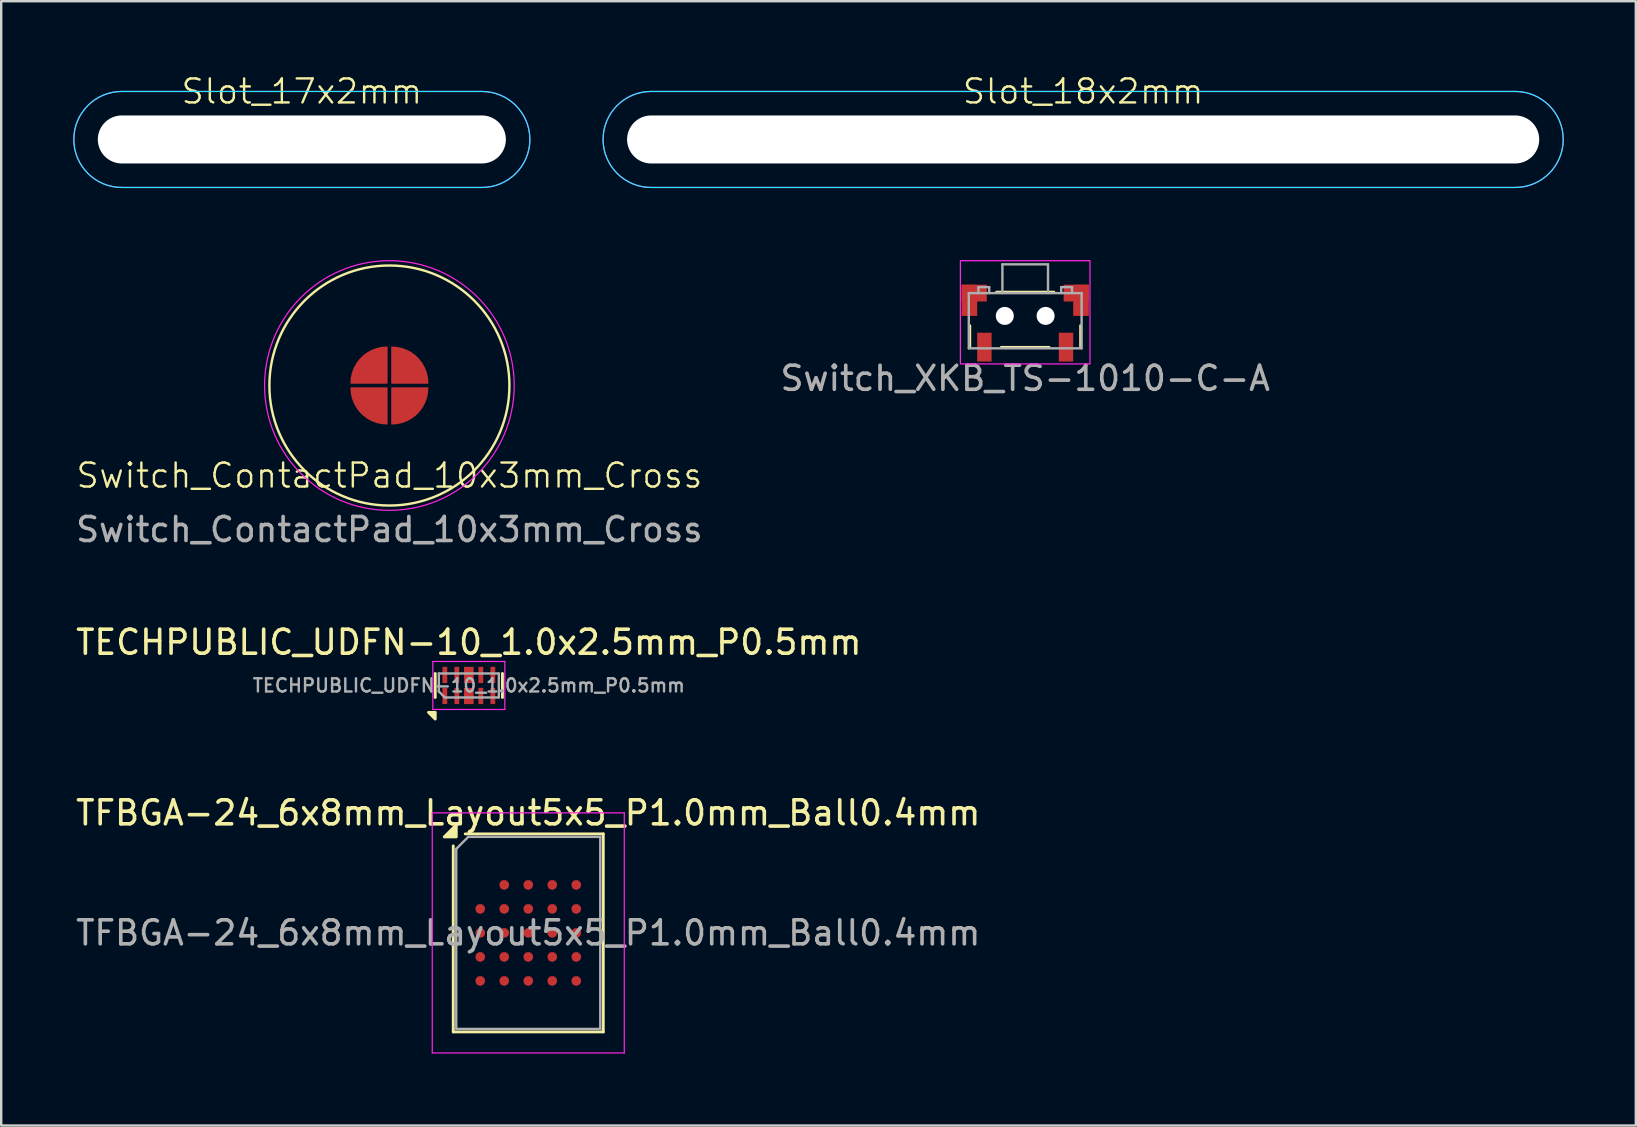
<source format=kicad_pcb>
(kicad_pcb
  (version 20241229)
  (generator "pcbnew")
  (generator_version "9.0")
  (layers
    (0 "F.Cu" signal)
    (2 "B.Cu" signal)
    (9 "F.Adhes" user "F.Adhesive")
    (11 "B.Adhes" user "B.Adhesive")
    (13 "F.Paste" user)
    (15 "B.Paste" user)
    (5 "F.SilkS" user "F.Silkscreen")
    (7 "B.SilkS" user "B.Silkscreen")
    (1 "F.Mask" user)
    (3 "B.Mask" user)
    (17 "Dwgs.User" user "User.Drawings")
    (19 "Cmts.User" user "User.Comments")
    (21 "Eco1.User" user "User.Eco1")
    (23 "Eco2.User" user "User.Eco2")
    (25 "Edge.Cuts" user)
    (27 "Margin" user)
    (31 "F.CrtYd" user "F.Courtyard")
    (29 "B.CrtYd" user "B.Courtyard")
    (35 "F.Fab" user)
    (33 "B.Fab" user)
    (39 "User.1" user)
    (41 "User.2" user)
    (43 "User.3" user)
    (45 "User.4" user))
  (footprint "TECHPUBLIC_UDFN-10_1.0x2.5mm_P0.5mm"
    (layer "F.Cu")
    (at 16.482 25.507)
    (property "Reference" "TECHPUBLIC_UDFN-10_1.0x2.5mm_P0.5mm" (at 0 -1.8 0) (layer "F.SilkS") (effects (font (size 1 1) (thickness 0.15))))
    (attr smd)
    (fp_line (start -1.4 -0.5) (end -1.4 0.5) (stroke (width 0.12) (type solid)) (layer "F.SilkS"))
    (fp_line (start 1.4 -0.5) (end 1.4 0.5) (stroke (width 0.12) (type solid)) (layer "F.SilkS"))
    (fp_poly (pts (xy -1.4 1.12) (xy -1.4 1.4) (xy -1.68 1.12) (xy -1.4 1.12)) (stroke (width 0.12) (type solid)) (fill yes) (layer "F.SilkS"))
    (fp_line (start -1.5 -1) (end 1.5 -1) (stroke (width 0.05) (type solid)) (layer "F.CrtYd"))
    (fp_line (start -1.5 1) (end -1.5 -1) (stroke (width 0.05) (type solid)) (layer "F.CrtYd"))
    (fp_line (start 1.5 -1) (end 1.5 1) (stroke (width 0.05) (type solid)) (layer "F.CrtYd"))
    (fp_line (start 1.5 1) (end -1.5 1) (stroke (width 0.05) (type solid)) (layer "F.CrtYd"))
    (fp_line (start -1.25 -0.5) (end -1.25 0.25) (stroke (width 0.1) (type solid)) (layer "F.Fab"))
    (fp_line (start -1.25 -0.5) (end 1.25 -0.5) (stroke (width 0.1) (type solid)) (layer "F.Fab"))
    (fp_line (start -1.25 0.25) (end -1 0.5) (stroke (width 0.1) (type solid)) (layer "F.Fab"))
    (fp_line (start -1 0.5) (end 1.25 0.5) (stroke (width 0.1) (type solid)) (layer "F.Fab"))
    (fp_line (start 1.25 0.5) (end 1.25 -0.5) (stroke (width 0.1) (type solid)) (layer "F.Fab"))
    (fp_text user "${REFERENCE}" (at 0 0 180) (layer "F.Fab") (effects (font (size 0.55 0.55) (thickness 0.1))))
    (pad "1" smd rect (at -1 0.438) (size 0.2 0.675) (layers "F.Cu" "F.Mask" "F.Paste"))
    (pad "2" smd rect (at -0.5 0.438) (size 0.2 0.675) (layers "F.Cu" "F.Mask" "F.Paste"))
    (pad "3" smd rect (at 0 0.438) (size 0.4 0.675) (layers "F.Cu" "F.Mask" "F.Paste"))
    (pad "4" smd rect (at 0.5 0.438) (size 0.2 0.675) (layers "F.Cu" "F.Mask" "F.Paste"))
    (pad "5" smd rect (at 1 0.438) (size 0.2 0.675) (layers "F.Cu" "F.Mask" "F.Paste"))
    (pad "6" smd rect (at -1 -0.438) (size 0.2 0.675) (layers "F.Cu" "F.Mask" "F.Paste"))
    (pad "7" smd rect (at -0.5 -0.438) (size 0.2 0.675) (layers "F.Cu" "F.Mask" "F.Paste"))
    (pad "8" smd rect (at 0 -0.438) (size 0.4 0.675) (layers "F.Cu" "F.Mask" "F.Paste"))
    (pad "9" smd rect (at 0.5 -0.438) (size 0.2 0.675) (layers "F.Cu" "F.Mask" "F.Paste"))
    (pad "10" smd rect (at 1 -0.438) (size 0.2 0.675) (layers "F.Cu" "F.Mask" "F.Paste")))
  (footprint "TFBGA-24_6x8mm_Layout5x5_P1.0mm_Ball0.4mm"
    (layer "F.Cu")
    (at 18.958 35.815)
    (property "Reference" "TFBGA-24_6x8mm_Layout5x5_P1.0mm_Ball0.4mm" (at 0 -5 0) (layer "F.SilkS") (effects (font (size 1 1) (thickness 0.15))))
    (attr smd)
    (fp_line (start -3.125 4.125) (end -3.125 -3.625) (stroke (width 0.12) (type solid)) (layer "F.SilkS"))
    (fp_line (start -2.625 -4.125) (end 3.125 -4.125) (stroke (width 0.12) (type solid)) (layer "F.SilkS"))
    (fp_line (start 3.125 -4.125) (end 3.125 4.125) (stroke (width 0.12) (type solid)) (layer "F.SilkS"))
    (fp_line (start 3.125 4.125) (end -3.125 4.125) (stroke (width 0.12) (type solid)) (layer "F.SilkS"))
    (fp_poly (pts (xy -3 -4) (xy -3.5 -4) (xy -3 -4.5) (xy -3 -4)) (stroke (width 0.12) (type solid)) (fill yes) (layer "F.SilkS"))
    (fp_line (start -4 -5) (end -4 5) (stroke (width 0.05) (type solid)) (layer "F.CrtYd"))
    (fp_line (start -4 -5) (end 4 -5) (stroke (width 0.05) (type solid)) (layer "F.CrtYd"))
    (fp_line (start 4 5) (end -4 5) (stroke (width 0.05) (type solid)) (layer "F.CrtYd"))
    (fp_line (start 4 5) (end 4 -5) (stroke (width 0.05) (type solid)) (layer "F.CrtYd"))
    (fp_line (start -3 -3.5) (end -3 4) (stroke (width 0.1) (type solid)) (layer "F.Fab"))
    (fp_line (start -3 -3.5) (end -2.5 -4) (stroke (width 0.1) (type solid)) (layer "F.Fab"))
    (fp_line (start -3 4) (end 3 4) (stroke (width 0.1) (type solid)) (layer "F.Fab"))
    (fp_line (start -2.5 -4) (end 3 -4) (stroke (width 0.1) (type solid)) (layer "F.Fab"))
    (fp_line (start 3 -4) (end 3 4) (stroke (width 0.1) (type solid)) (layer "F.Fab"))
    (fp_text user "${REFERENCE}" (at 0 0 0) (layer "F.Fab") (effects (font (size 1 1) (thickness 0.15))))
    (pad "A2" smd circle (at -1 -2) (size 0.4 0.4) (property pad_prop_bga) (layers "F.Cu" "F.Mask" "F.Paste"))
    (pad "A3" smd circle (at 0 -2) (size 0.4 0.4) (property pad_prop_bga) (layers "F.Cu" "F.Mask" "F.Paste"))
    (pad "A4" smd circle (at 1 -2) (size 0.4 0.4) (property pad_prop_bga) (layers "F.Cu" "F.Mask" "F.Paste"))
    (pad "A5" smd circle (at 2 -2) (size 0.4 0.4) (property pad_prop_bga) (layers "F.Cu" "F.Mask" "F.Paste"))
    (pad "B1" smd circle (at -2 -1) (size 0.4 0.4) (property pad_prop_bga) (layers "F.Cu" "F.Mask" "F.Paste"))
    (pad "B2" smd circle (at -1 -1) (size 0.4 0.4) (property pad_prop_bga) (layers "F.Cu" "F.Mask" "F.Paste"))
    (pad "B3" smd circle (at 0 -1) (size 0.4 0.4) (property pad_prop_bga) (layers "F.Cu" "F.Mask" "F.Paste"))
    (pad "B4" smd circle (at 1 -1) (size 0.4 0.4) (property pad_prop_bga) (layers "F.Cu" "F.Mask" "F.Paste"))
    (pad "B5" smd circle (at 2 -1) (size 0.4 0.4) (property pad_prop_bga) (layers "F.Cu" "F.Mask" "F.Paste"))
    (pad "C1" smd circle (at -2 0) (size 0.4 0.4) (property pad_prop_bga) (layers "F.Cu" "F.Mask" "F.Paste"))
    (pad "C2" smd circle (at -1 0) (size 0.4 0.4) (property pad_prop_bga) (layers "F.Cu" "F.Mask" "F.Paste"))
    (pad "C3" smd circle (at 0 0) (size 0.4 0.4) (property pad_prop_bga) (layers "F.Cu" "F.Mask" "F.Paste"))
    (pad "C4" smd circle (at 1 0) (size 0.4 0.4) (property pad_prop_bga) (layers "F.Cu" "F.Mask" "F.Paste"))
    (pad "C5" smd circle (at 2 0) (size 0.4 0.4) (property pad_prop_bga) (layers "F.Cu" "F.Mask" "F.Paste"))
    (pad "D1" smd circle (at -2 1) (size 0.4 0.4) (property pad_prop_bga) (layers "F.Cu" "F.Mask" "F.Paste"))
    (pad "D2" smd circle (at -1 1) (size 0.4 0.4) (property pad_prop_bga) (layers "F.Cu" "F.Mask" "F.Paste"))
    (pad "D3" smd circle (at 0 1) (size 0.4 0.4) (property pad_prop_bga) (layers "F.Cu" "F.Mask" "F.Paste"))
    (pad "D4" smd circle (at 1 1) (size 0.4 0.4) (property pad_prop_bga) (layers "F.Cu" "F.Mask" "F.Paste"))
    (pad "D5" smd circle (at 2 1) (size 0.4 0.4) (property pad_prop_bga) (layers "F.Cu" "F.Mask" "F.Paste"))
    (pad "E1" smd circle (at -2 2) (size 0.4 0.4) (property pad_prop_bga) (layers "F.Cu" "F.Mask" "F.Paste"))
    (pad "E2" smd circle (at -1 2) (size 0.4 0.4) (property pad_prop_bga) (layers "F.Cu" "F.Mask" "F.Paste"))
    (pad "E3" smd circle (at 0 2) (size 0.4 0.4) (property pad_prop_bga) (layers "F.Cu" "F.Mask" "F.Paste"))
    (pad "E4" smd circle (at 1 2) (size 0.4 0.4) (property pad_prop_bga) (layers "F.Cu" "F.Mask" "F.Paste"))
    (pad "E5" smd circle (at 2 2) (size 0.4 0.4) (property pad_prop_bga) (layers "F.Cu" "F.Mask" "F.Paste")))
  (footprint "Switch_ContactPad_10x3mm_Cross"
    (layer "F.Cu")
    (at 13.173 13.011)
    (property "Reference" "Switch_ContactPad_10x3mm_Cross" (at 0 3.75 0) (unlocked yes) (layer "F.SilkS") (effects (font (size 1 1) (thickness 0.1))))
    (attr smd)
    (fp_circle (center 0 0) (end 5 0) (stroke (width 0.1) (type default)) (fill no) (layer "F.SilkS"))
    (fp_circle (center 0 0) (end 5.2 0) (stroke (width 0.05) (type default)) (fill no) (layer "F.CrtYd"))
    (fp_text user "${REFERENCE}" (at 0 6 0) (unlocked yes) (layer "F.Fab") (effects (font (size 1 1) (thickness 0.15))))
    (pad "1" smd custom (at -0.7 -0.7) (size 1 1) (layers "F.Cu" "F.Mask") (options (anchor circle)) (primitives (gr_poly (pts (xy -0.9 0.6) (xy 0.6 0.6) (xy 0.6 -0.9) (xy 0.1 -0.8) (xy -0.25 -0.6) (xy -0.5 -0.4) (xy -0.75 0) (xy -0.85 0.3)) (width 0.05) (fill yes)) (gr_arc (start -0.900001 0.6) (mid -0.460661 -0.46066) (end 0.599999 -0.9) (width 0.05))))
    (pad "1" smd custom (at 0.7 0.7) (size 1 1) (layers "F.Cu" "F.Mask") (options (anchor circle)) (primitives (gr_poly (pts (xy 0.9 -0.6) (xy -0.6 -0.6) (xy -0.6 0.9) (xy -0.15 0.8) (xy 0.25 0.6) (xy 0.461 0.461) (xy 0.65 0.2) (xy 0.85 -0.3)) (width 0.05) (fill yes)) (gr_arc (start 0.900001 -0.6) (mid 0.460661 0.46066) (end -0.599999 0.9) (width 0.05))))
    (pad "2" smd custom (at -0.7 0.7) (size 1 1) (layers "F.Cu" "F.Mask") (options (anchor circle)) (primitives (gr_poly (pts (xy 0.6 0.9) (xy 0.6 -0.6) (xy -0.9 -0.6) (xy -0.8 -0.2) (xy -0.65 0.2) (xy -0.461 0.461) (xy -0.2 0.65) (xy 0.3 0.85)) (width 0.05) (fill yes)) (gr_arc (start 0.6 0.900001) (mid -0.46066 0.460661) (end -0.9 -0.599999) (width 0.05))))
    (pad "2" smd custom (at 0.7 -0.7) (size 1 1) (layers "F.Cu" "F.Mask") (options (anchor circle)) (primitives (gr_poly (pts (xy -0.6 -0.9) (xy -0.6 0.6) (xy 0.9 0.6) (xy 0.8 0.1) (xy 0.6 -0.25) (xy 0.461 -0.461) (xy 0.2 -0.65) (xy -0.3 -0.85)) (width 0.05) (fill yes)) (gr_arc (start -0.6 -0.9) (mid 0.46066 -0.46066) (end 0.9 0.6) (width 0.05)))))
  (footprint "Slot_17x2mm"
    (layer "F.Cu")
    (at 9.525 2.76)
    (property "Reference" "Slot_17x2mm" (at 0 -2 0) (unlocked yes) (layer "F.SilkS") (effects (font (size 1 1) (thickness 0.1))))
    (attr through_hole)
    (fp_line (start -7.5 -2) (end 7.5 -2) (stroke (width 0.05) (type solid)) (layer "B.CrtYd"))
    (fp_line (start 7.5 2) (end -7.5 2) (stroke (width 0.05) (type solid)) (layer "B.CrtYd"))
    (fp_arc (start -7.5 2) (mid -9.5 0) (end -7.5 -2) (stroke (width 0.05) (type solid)) (layer "B.CrtYd"))
    (fp_arc (start 7.5 -2) (mid 9.5 0) (end 7.5 2) (stroke (width 0.05) (type solid)) (layer "B.CrtYd"))
    (fp_line (start -7.5 -2) (end 7.5 -2) (stroke (width 0.05) (type default)) (layer "F.CrtYd"))
    (fp_line (start 7.5 2) (end -7.5 2) (stroke (width 0.05) (type default)) (layer "F.CrtYd"))
    (fp_arc (start -7.5 2) (mid -9.5 0) (end -7.5 -2) (stroke (width 0.05) (type default)) (layer "F.CrtYd"))
    (fp_arc (start 7.5 -2) (mid 9.5 0) (end 7.5 2) (stroke (width 0.05) (type default)) (layer "F.CrtYd"))
    (fp_text user "${REFERENCE}" (at 0 0 0) (unlocked yes) (layer "F.Fab") (effects (font (size 1 1) (thickness 0.15))))
    (pad "" np_thru_hole oval (at 0 0) (size 17 2) (drill oval 17 2) (layers "*.Cu" "*.Mask")))
  (footprint "Switch_XKB_TS-1010-C-A"
    (layer "F.Cu")
    (at 39.661 10.111)
    (property "Reference" "Switch_XKB_TS-1010-C-A" (at 0 2.6 0) (unlocked yes) (layer "F.SilkS") (effects (font (size 1 1) (thickness 0.1))))
    (attr smd)
    (fp_line (start -2.3 0.4) (end -2.3 1.3) (stroke (width 0.1) (type default)) (layer "F.SilkS"))
    (fp_line (start -1.2 -1) (end 1.2 -1) (stroke (width 0.1) (type default)) (layer "F.SilkS"))
    (fp_line (start -1 1.3) (end 1 1.3) (stroke (width 0.1) (type default)) (layer "F.SilkS"))
    (fp_line (start 2.3 0.4) (end 2.3 1.3) (stroke (width 0.1) (type default)) (layer "F.SilkS"))
    (fp_rect (start -2.7 -2.3) (end 2.7 2) (stroke (width 0.05) (type default)) (fill no) (layer "F.CrtYd"))
    (fp_line (start -2.35 -0.95) (end -2.35 1.35) (stroke (width 0.1) (type default)) (layer "F.Fab"))
    (fp_line (start -2.35 -0.95) (end 2.35 -0.95) (stroke (width 0.1) (type default)) (layer "F.Fab"))
    (fp_line (start -1.95 -1.2) (end -1.95 -0.95) (stroke (width 0.1) (type default)) (layer "F.Fab"))
    (fp_line (start -1.5 -1.2) (end -1.95 -1.2) (stroke (width 0.1) (type default)) (layer "F.Fab"))
    (fp_line (start -1.5 -0.95) (end -1.5 -1.2) (stroke (width 0.1) (type default)) (layer "F.Fab"))
    (fp_line (start -0.95 -2.15) (end -0.95 -0.95) (stroke (width 0.1) (type default)) (layer "F.Fab"))
    (fp_line (start -0.95 -2.15) (end 0.95 -2.15) (stroke (width 0.1) (type default)) (layer "F.Fab"))
    (fp_line (start 0.95 -2.15) (end 0.95 -0.95) (stroke (width 0.1) (type default)) (layer "F.Fab"))
    (fp_line (start 1.5 -1.2) (end 1.5 -0.95) (stroke (width 0.1) (type default)) (layer "F.Fab"))
    (fp_line (start 1.95 -1.2) (end 1.5 -1.2) (stroke (width 0.1) (type default)) (layer "F.Fab"))
    (fp_line (start 1.95 -0.95) (end 1.95 -1.2) (stroke (width 0.1) (type default)) (layer "F.Fab"))
    (fp_line (start 2.35 -0.95) (end 2.35 1.35) (stroke (width 0.1) (type default)) (layer "F.Fab"))
    (fp_line (start 2.35 1.35) (end -2.35 1.35) (stroke (width 0.1) (type default)) (layer "F.Fab"))
    (fp_text user "${REFERENCE}" (at 0 2.6 0) (unlocked yes) (layer "F.Fab") (effects (font (size 1 1) (thickness 0.15))))
    (pad "" np_thru_hole circle (at -0.85 0) (size 0.75 0.75) (drill 0.75) (layers "*.Cu" "*.Mask"))
    (pad "" np_thru_hole circle (at 0.85 0) (size 0.75 0.75) (drill 0.75) (layers "*.Cu" "*.Mask"))
    (pad "1" smd rect (at -1.7 1.3) (size 0.6 1.2) (layers "F.Cu" "F.Mask" "F.Paste"))
    (pad "2" smd rect (at 1.7 1.3) (size 0.6 1.2) (layers "F.Cu" "F.Mask" "F.Paste"))
    (pad "MP" smd rect (at -2.325 -0.65) (size 0.65 1.3) (layers "F.Cu" "F.Mask" "F.Paste"))
    (pad "MP" smd rect (at -2.125 -0.95) (size 1.05 0.7) (layers "F.Cu" "F.Mask" "F.Paste"))
    (pad "MP" smd rect (at 2.125 -0.95) (size 1.05 0.7) (layers "F.Cu" "F.Mask" "F.Paste"))
    (pad "MP" smd rect (at 2.325 -0.65) (size 0.65 1.3) (layers "F.Cu" "F.Mask" "F.Paste")))
  (footprint "Slot_18x2mm"
    (layer "F.Cu")
    (at 42.075 2.76)
    (property "Reference" "Slot_18x2mm" (at 0 -2 0) (unlocked yes) (layer "F.SilkS") (effects (font (size 1 1) (thickness 0.1))))
    (attr through_hole)
    (fp_line (start -18 -2) (end 18 -2) (stroke (width 0.05) (type solid)) (layer "B.CrtYd"))
    (fp_line (start 18 2) (end -18 2) (stroke (width 0.05) (type solid)) (layer "B.CrtYd"))
    (fp_arc (start -18 2) (mid -20 0) (end -18 -2) (stroke (width 0.05) (type solid)) (layer "B.CrtYd"))
    (fp_arc (start 18 -2) (mid 20 0) (end 18 2) (stroke (width 0.05) (type solid)) (layer "B.CrtYd"))
    (fp_line (start -18 -2) (end 18 -2) (stroke (width 0.05) (type default)) (layer "F.CrtYd"))
    (fp_line (start 18 2) (end -18 2) (stroke (width 0.05) (type default)) (layer "F.CrtYd"))
    (fp_arc (start -18 2) (mid -20 0) (end -18 -2) (stroke (width 0.05) (type default)) (layer "F.CrtYd"))
    (fp_arc (start 18 -2) (mid 20 0) (end 18 2) (stroke (width 0.05) (type default)) (layer "F.CrtYd"))
    (fp_text user "${REFERENCE}" (at 0 0 0) (unlocked yes) (layer "F.Fab") (effects (font (size 1 1) (thickness 0.15))))
    (pad "" np_thru_hole oval (at 0 0) (size 38 2) (drill oval 38 2) (layers "*.Cu" "*.Mask")))
  (gr_rect
    (start -3 -3)
    (end 65.1 43.84)
    (stroke (width 0.1) (type default))
    (fill no)
    (layer "Edge.Cuts")))
</source>
